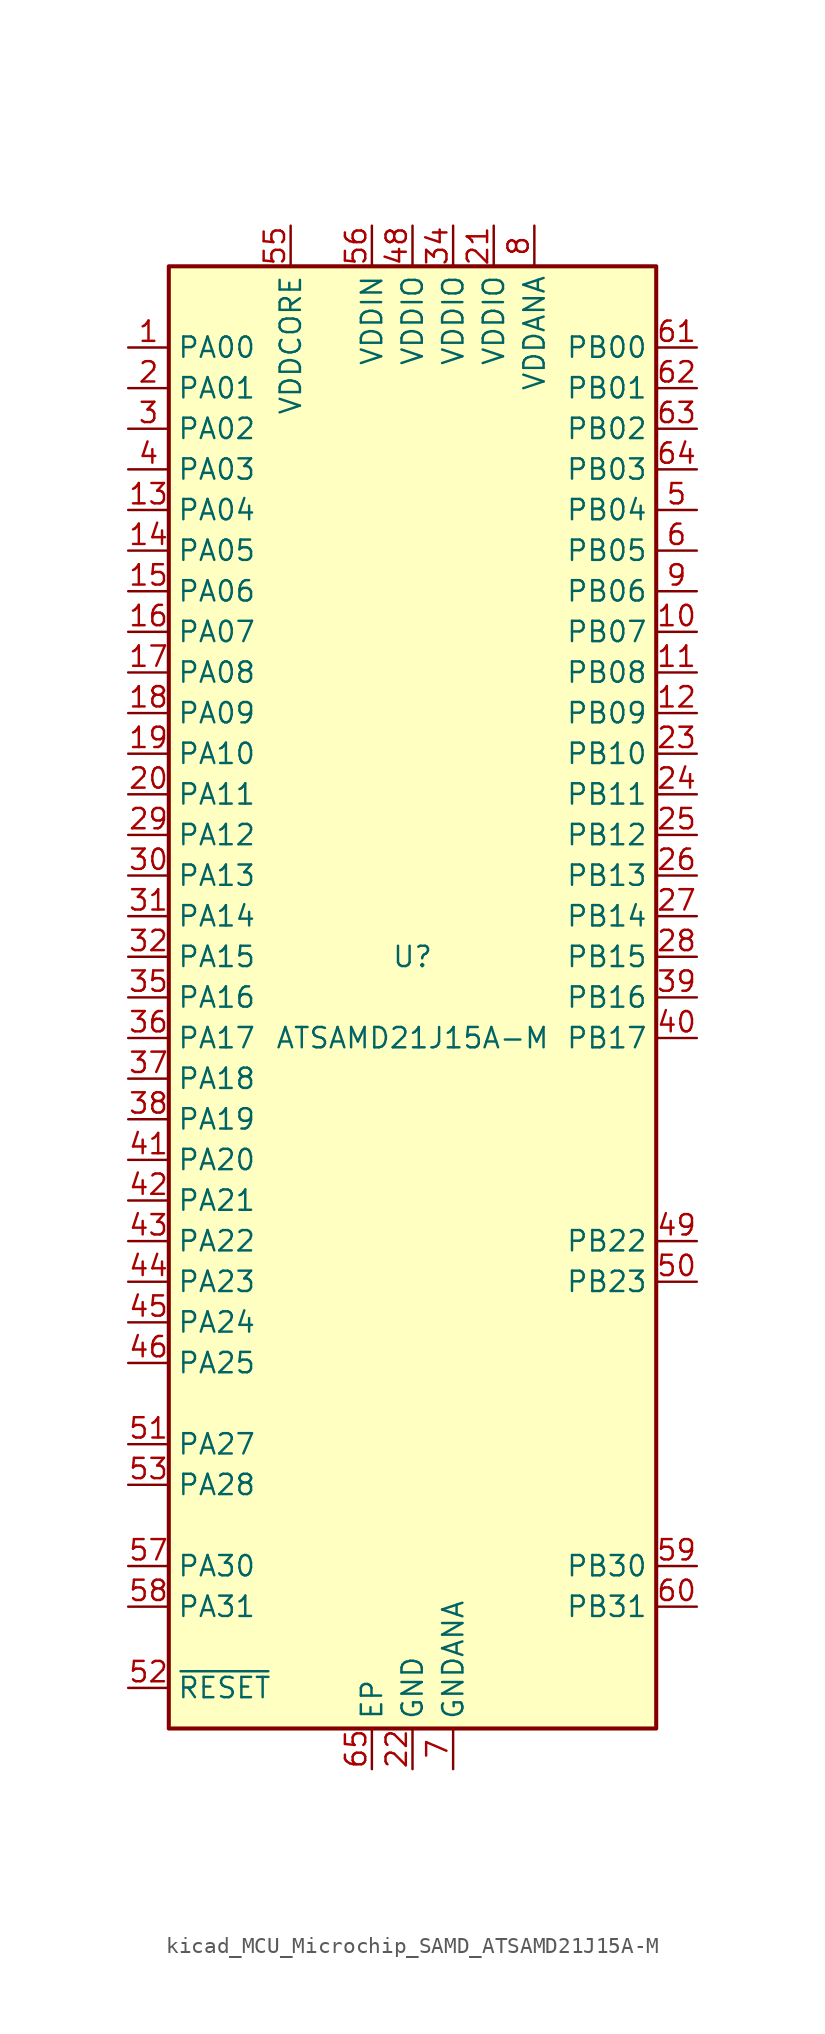
<source format=kicad_sym>
(kicad_symbol_lib
  (version 20220914)
  (generator kicad_symbol_editor)
  (symbol "kicad_MCU_Microchip_SAMD_ATSAMD21J15A-M"
    (property "Reference" "U"
      (at 0 2.54 0)
      (effects (font (size 1.27 1.27))))
    (property "Value" "ATSAMD21J15A-M"
      (at 0 -2.54 0)
      (effects (font (size 1.27 1.27))))
    (symbol "kicad_MCU_Microchip_SAMD_ATSAMD21J15A-M_0_1"
      (rectangle (start -15.24 45.72) (end 15.24 -45.72) (stroke (width 0.254) (type default)) (fill (type background))))
    (symbol "kicad_MCU_Microchip_SAMD_ATSAMD21J15A-M_1_1"
      (pin bidirectional line (at -17.78 40.64 0) (length 2.54) (name "PA00" (effects (font (size 1.27 1.27)))) (number "1" (effects (font (size 1.27 1.27)))))
      (pin bidirectional line (at 17.78 22.86 180) (length 2.54) (name "PB07" (effects (font (size 1.27 1.27)))) (number "10" (effects (font (size 1.27 1.27)))))
      (pin bidirectional line (at 17.78 20.32 180) (length 2.54) (name "PB08" (effects (font (size 1.27 1.27)))) (number "11" (effects (font (size 1.27 1.27)))))
      (pin bidirectional line (at 17.78 17.78 180) (length 2.54) (name "PB09" (effects (font (size 1.27 1.27)))) (number "12" (effects (font (size 1.27 1.27)))))
      (pin bidirectional line (at -17.78 30.48 0) (length 2.54) (name "PA04" (effects (font (size 1.27 1.27)))) (number "13" (effects (font (size 1.27 1.27)))))
      (pin bidirectional line (at -17.78 27.94 0) (length 2.54) (name "PA05" (effects (font (size 1.27 1.27)))) (number "14" (effects (font (size 1.27 1.27)))))
      (pin bidirectional line (at -17.78 25.4 0) (length 2.54) (name "PA06" (effects (font (size 1.27 1.27)))) (number "15" (effects (font (size 1.27 1.27)))))
      (pin bidirectional line (at -17.78 22.86 0) (length 2.54) (name "PA07" (effects (font (size 1.27 1.27)))) (number "16" (effects (font (size 1.27 1.27)))))
      (pin bidirectional line (at -17.78 20.32 0) (length 2.54) (name "PA08" (effects (font (size 1.27 1.27)))) (number "17" (effects (font (size 1.27 1.27)))))
      (pin bidirectional line (at -17.78 17.78 0) (length 2.54) (name "PA09" (effects (font (size 1.27 1.27)))) (number "18" (effects (font (size 1.27 1.27)))))
      (pin bidirectional line (at -17.78 15.24 0) (length 2.54) (name "PA10" (effects (font (size 1.27 1.27)))) (number "19" (effects (font (size 1.27 1.27)))))
      (pin bidirectional line (at -17.78 38.1 0) (length 2.54) (name "PA01" (effects (font (size 1.27 1.27)))) (number "2" (effects (font (size 1.27 1.27)))))
      (pin bidirectional line (at -17.78 12.7 0) (length 2.54) (name "PA11" (effects (font (size 1.27 1.27)))) (number "20" (effects (font (size 1.27 1.27)))))
      (pin power_in line (at 5.08 48.26 270) (length 2.54) (name "VDDIO" (effects (font (size 1.27 1.27)))) (number "21" (effects (font (size 1.27 1.27)))))
      (pin power_in line (at 0 -48.26 90) (length 2.54) (name "GND" (effects (font (size 1.27 1.27)))) (number "22" (effects (font (size 1.27 1.27)))))
      (pin bidirectional line (at 17.78 15.24 180) (length 2.54) (name "PB10" (effects (font (size 1.27 1.27)))) (number "23" (effects (font (size 1.27 1.27)))))
      (pin bidirectional line (at 17.78 12.7 180) (length 2.54) (name "PB11" (effects (font (size 1.27 1.27)))) (number "24" (effects (font (size 1.27 1.27)))))
      (pin bidirectional line (at 17.78 10.16 180) (length 2.54) (name "PB12" (effects (font (size 1.27 1.27)))) (number "25" (effects (font (size 1.27 1.27)))))
      (pin bidirectional line (at 17.78 7.62 180) (length 2.54) (name "PB13" (effects (font (size 1.27 1.27)))) (number "26" (effects (font (size 1.27 1.27)))))
      (pin bidirectional line (at 17.78 5.08 180) (length 2.54) (name "PB14" (effects (font (size 1.27 1.27)))) (number "27" (effects (font (size 1.27 1.27)))))
      (pin bidirectional line (at 17.78 2.54 180) (length 2.54) (name "PB15" (effects (font (size 1.27 1.27)))) (number "28" (effects (font (size 1.27 1.27)))))
      (pin bidirectional line (at -17.78 10.16 0) (length 2.54) (name "PA12" (effects (font (size 1.27 1.27)))) (number "29" (effects (font (size 1.27 1.27)))))
      (pin bidirectional line (at -17.78 35.56 0) (length 2.54) (name "PA02" (effects (font (size 1.27 1.27)))) (number "3" (effects (font (size 1.27 1.27)))))
      (pin bidirectional line (at -17.78 7.62 0) (length 2.54) (name "PA13" (effects (font (size 1.27 1.27)))) (number "30" (effects (font (size 1.27 1.27)))))
      (pin bidirectional line (at -17.78 5.08 0) (length 2.54) (name "PA14" (effects (font (size 1.27 1.27)))) (number "31" (effects (font (size 1.27 1.27)))))
      (pin bidirectional line (at -17.78 2.54 0) (length 2.54) (name "PA15" (effects (font (size 1.27 1.27)))) (number "32" (effects (font (size 1.27 1.27)))))
      (pin passive line (at 0 -48.26 90) (length 2.54) hide (name "GND" (effects (font (size 1.27 1.27)))) (number "33" (effects (font (size 1.27 1.27)))))
      (pin power_in line (at 2.54 48.26 270) (length 2.54) (name "VDDIO" (effects (font (size 1.27 1.27)))) (number "34" (effects (font (size 1.27 1.27)))))
      (pin bidirectional line (at -17.78 0 0) (length 2.54) (name "PA16" (effects (font (size 1.27 1.27)))) (number "35" (effects (font (size 1.27 1.27)))))
      (pin bidirectional line (at -17.78 -2.54 0) (length 2.54) (name "PA17" (effects (font (size 1.27 1.27)))) (number "36" (effects (font (size 1.27 1.27)))))
      (pin bidirectional line (at -17.78 -5.08 0) (length 2.54) (name "PA18" (effects (font (size 1.27 1.27)))) (number "37" (effects (font (size 1.27 1.27)))))
      (pin bidirectional line (at -17.78 -7.62 0) (length 2.54) (name "PA19" (effects (font (size 1.27 1.27)))) (number "38" (effects (font (size 1.27 1.27)))))
      (pin bidirectional line (at 17.78 0 180) (length 2.54) (name "PB16" (effects (font (size 1.27 1.27)))) (number "39" (effects (font (size 1.27 1.27)))))
      (pin bidirectional line (at -17.78 33.02 0) (length 2.54) (name "PA03" (effects (font (size 1.27 1.27)))) (number "4" (effects (font (size 1.27 1.27)))))
      (pin bidirectional line (at 17.78 -2.54 180) (length 2.54) (name "PB17" (effects (font (size 1.27 1.27)))) (number "40" (effects (font (size 1.27 1.27)))))
      (pin bidirectional line (at -17.78 -10.16 0) (length 2.54) (name "PA20" (effects (font (size 1.27 1.27)))) (number "41" (effects (font (size 1.27 1.27)))))
      (pin bidirectional line (at -17.78 -12.7 0) (length 2.54) (name "PA21" (effects (font (size 1.27 1.27)))) (number "42" (effects (font (size 1.27 1.27)))))
      (pin bidirectional line (at -17.78 -15.24 0) (length 2.54) (name "PA22" (effects (font (size 1.27 1.27)))) (number "43" (effects (font (size 1.27 1.27)))))
      (pin bidirectional line (at -17.78 -17.78 0) (length 2.54) (name "PA23" (effects (font (size 1.27 1.27)))) (number "44" (effects (font (size 1.27 1.27)))))
      (pin bidirectional line (at -17.78 -20.32 0) (length 2.54) (name "PA24" (effects (font (size 1.27 1.27)))) (number "45" (effects (font (size 1.27 1.27)))))
      (pin bidirectional line (at -17.78 -22.86 0) (length 2.54) (name "PA25" (effects (font (size 1.27 1.27)))) (number "46" (effects (font (size 1.27 1.27)))))
      (pin passive line (at 0 -48.26 90) (length 2.54) hide (name "GND" (effects (font (size 1.27 1.27)))) (number "47" (effects (font (size 1.27 1.27)))))
      (pin power_in line (at 0 48.26 270) (length 2.54) (name "VDDIO" (effects (font (size 1.27 1.27)))) (number "48" (effects (font (size 1.27 1.27)))))
      (pin bidirectional line (at 17.78 -15.24 180) (length 2.54) (name "PB22" (effects (font (size 1.27 1.27)))) (number "49" (effects (font (size 1.27 1.27)))))
      (pin bidirectional line (at 17.78 30.48 180) (length 2.54) (name "PB04" (effects (font (size 1.27 1.27)))) (number "5" (effects (font (size 1.27 1.27)))))
      (pin bidirectional line (at 17.78 -17.78 180) (length 2.54) (name "PB23" (effects (font (size 1.27 1.27)))) (number "50" (effects (font (size 1.27 1.27)))))
      (pin bidirectional line (at -17.78 -27.94 0) (length 2.54) (name "PA27" (effects (font (size 1.27 1.27)))) (number "51" (effects (font (size 1.27 1.27)))))
      (pin input line (at -17.78 -43.18 0) (length 2.54) (name "~{RESET}" (effects (font (size 1.27 1.27)))) (number "52" (effects (font (size 1.27 1.27)))))
      (pin bidirectional line (at -17.78 -30.48 0) (length 2.54) (name "PA28" (effects (font (size 1.27 1.27)))) (number "53" (effects (font (size 1.27 1.27)))))
      (pin passive line (at 0 -48.26 90) (length 2.54) hide (name "GND" (effects (font (size 1.27 1.27)))) (number "54" (effects (font (size 1.27 1.27)))))
      (pin power_out line (at -7.62 48.26 270) (length 2.54) (name "VDDCORE" (effects (font (size 1.27 1.27)))) (number "55" (effects (font (size 1.27 1.27)))))
      (pin power_in line (at -2.54 48.26 270) (length 2.54) (name "VDDIN" (effects (font (size 1.27 1.27)))) (number "56" (effects (font (size 1.27 1.27)))))
      (pin bidirectional line (at -17.78 -35.56 0) (length 2.54) (name "PA30" (effects (font (size 1.27 1.27)))) (number "57" (effects (font (size 1.27 1.27)))))
      (pin bidirectional line (at -17.78 -38.1 0) (length 2.54) (name "PA31" (effects (font (size 1.27 1.27)))) (number "58" (effects (font (size 1.27 1.27)))))
      (pin bidirectional line (at 17.78 -35.56 180) (length 2.54) (name "PB30" (effects (font (size 1.27 1.27)))) (number "59" (effects (font (size 1.27 1.27)))))
      (pin bidirectional line (at 17.78 27.94 180) (length 2.54) (name "PB05" (effects (font (size 1.27 1.27)))) (number "6" (effects (font (size 1.27 1.27)))))
      (pin bidirectional line (at 17.78 -38.1 180) (length 2.54) (name "PB31" (effects (font (size 1.27 1.27)))) (number "60" (effects (font (size 1.27 1.27)))))
      (pin bidirectional line (at 17.78 40.64 180) (length 2.54) (name "PB00" (effects (font (size 1.27 1.27)))) (number "61" (effects (font (size 1.27 1.27)))))
      (pin bidirectional line (at 17.78 38.1 180) (length 2.54) (name "PB01" (effects (font (size 1.27 1.27)))) (number "62" (effects (font (size 1.27 1.27)))))
      (pin bidirectional line (at 17.78 35.56 180) (length 2.54) (name "PB02" (effects (font (size 1.27 1.27)))) (number "63" (effects (font (size 1.27 1.27)))))
      (pin bidirectional line (at 17.78 33.02 180) (length 2.54) (name "PB03" (effects (font (size 1.27 1.27)))) (number "64" (effects (font (size 1.27 1.27)))))
      (pin passive line (at -2.54 -48.26 90) (length 2.54) (name "EP" (effects (font (size 1.27 1.27)))) (number "65" (effects (font (size 1.27 1.27)))))
      (pin power_in line (at 2.54 -48.26 90) (length 2.54) (name "GNDANA" (effects (font (size 1.27 1.27)))) (number "7" (effects (font (size 1.27 1.27)))))
      (pin power_in line (at 7.62 48.26 270) (length 2.54) (name "VDDANA" (effects (font (size 1.27 1.27)))) (number "8" (effects (font (size 1.27 1.27)))))
      (pin bidirectional line (at 17.78 25.4 180) (length 2.54) (name "PB06" (effects (font (size 1.27 1.27)))) (number "9" (effects (font (size 1.27 1.27))))))))
</source>
